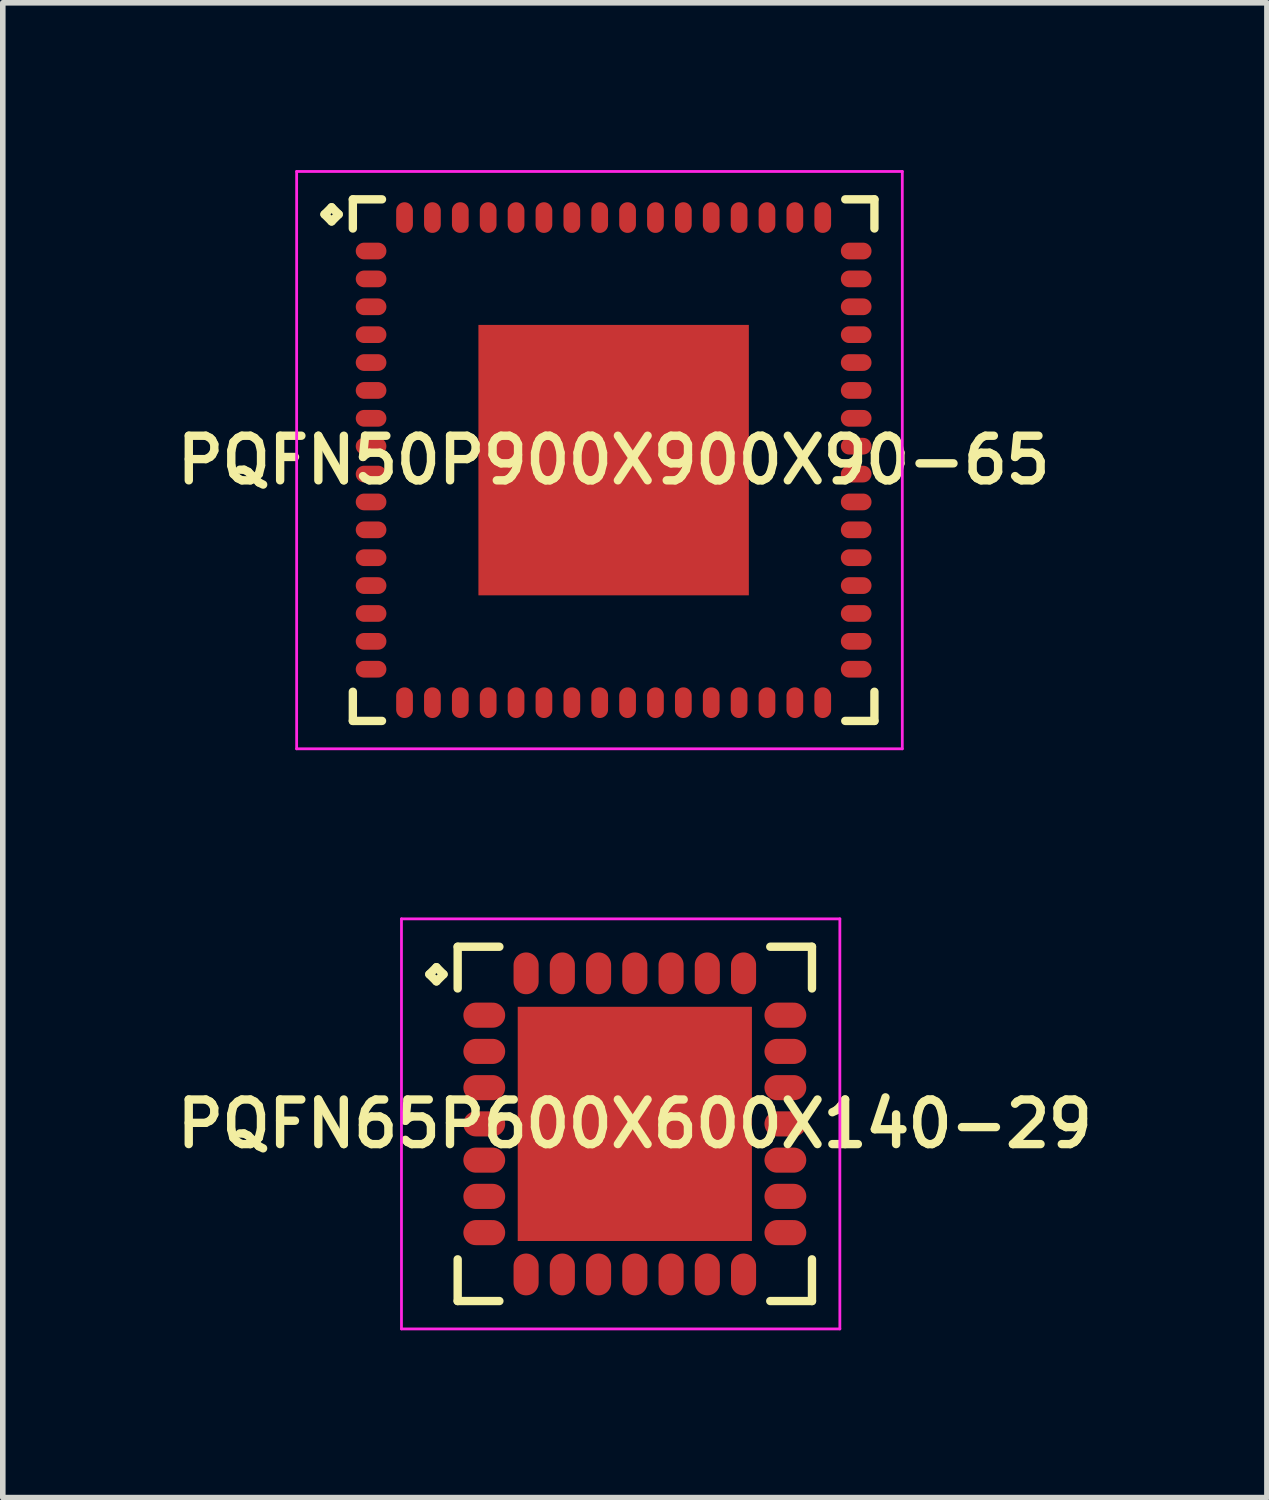
<source format=kicad_pcb>
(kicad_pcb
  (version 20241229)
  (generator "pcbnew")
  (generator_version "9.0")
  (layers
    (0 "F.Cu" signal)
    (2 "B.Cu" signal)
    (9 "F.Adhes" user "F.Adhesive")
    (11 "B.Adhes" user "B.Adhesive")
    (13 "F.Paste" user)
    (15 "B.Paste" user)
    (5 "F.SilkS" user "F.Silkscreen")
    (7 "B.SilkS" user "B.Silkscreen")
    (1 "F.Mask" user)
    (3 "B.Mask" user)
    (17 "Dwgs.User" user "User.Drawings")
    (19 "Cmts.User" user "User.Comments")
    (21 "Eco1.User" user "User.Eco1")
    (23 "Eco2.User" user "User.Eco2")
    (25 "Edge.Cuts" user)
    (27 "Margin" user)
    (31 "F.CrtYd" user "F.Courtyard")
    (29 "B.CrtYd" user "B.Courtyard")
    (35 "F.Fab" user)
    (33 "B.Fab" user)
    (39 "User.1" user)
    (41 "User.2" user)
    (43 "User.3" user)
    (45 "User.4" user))
  (footprint "PQFN65P600X600X140-29"
    (layer "F.Cu")
    (at 8.335 17.106)
    (property "Reference" "PQFN65P600X600X140-29" (at 0 0 0) (layer "F.SilkS") (effects (font (size 0.8 0.8) (thickness 0.15))))
    (attr smd)
    (fp_line (start -3.685 -2.683) (end -3.558 -2.81) (stroke (width 0.15) (type solid)) (layer "F.SilkS"))
    (fp_line (start -3.558 -2.81) (end -3.431 -2.683) (stroke (width 0.15) (type solid)) (layer "F.SilkS"))
    (fp_line (start -3.558 -2.556) (end -3.685 -2.683) (stroke (width 0.15) (type solid)) (layer "F.SilkS"))
    (fp_line (start -3.431 -2.683) (end -3.558 -2.556) (stroke (width 0.15) (type solid)) (layer "F.SilkS"))
    (fp_line (start -3.177 -3.177) (end -2.429 -3.177) (stroke (width 0.15) (type solid)) (layer "F.SilkS"))
    (fp_line (start -3.177 -2.429) (end -3.177 -3.177) (stroke (width 0.15) (type solid)) (layer "F.SilkS"))
    (fp_line (start -3.177 2.429) (end -3.177 3.177) (stroke (width 0.15) (type solid)) (layer "F.SilkS"))
    (fp_line (start -3.177 3.177) (end -2.429 3.177) (stroke (width 0.15) (type solid)) (layer "F.SilkS"))
    (fp_line (start 2.429 -3.177) (end 3.177 -3.177) (stroke (width 0.15) (type solid)) (layer "F.SilkS"))
    (fp_line (start 2.429 3.177) (end 3.177 3.177) (stroke (width 0.15) (type solid)) (layer "F.SilkS"))
    (fp_line (start 3.177 -3.177) (end 3.177 -2.429) (stroke (width 0.15) (type solid)) (layer "F.SilkS"))
    (fp_line (start 3.177 3.177) (end 3.177 2.429) (stroke (width 0.15) (type solid)) (layer "F.SilkS"))
    (fp_line (start -4.185 -3.677) (end 3.677 -3.677) (stroke (width 0.05) (type solid)) (layer "F.CrtYd"))
    (fp_line (start -4.185 3.677) (end -4.185 -3.677) (stroke (width 0.05) (type solid)) (layer "F.CrtYd"))
    (fp_line (start 3.677 -3.677) (end 3.677 3.677) (stroke (width 0.05) (type solid)) (layer "F.CrtYd"))
    (fp_line (start 3.677 3.677) (end -4.185 3.677) (stroke (width 0.05) (type solid)) (layer "F.CrtYd"))
    (pad "1" smd oval (at -2.7 -1.95) (size 0.75 0.45) (layers "F.Cu" "F.Mask" "F.Paste"))
    (pad "2" smd oval (at -2.7 -1.3) (size 0.75 0.45) (layers "F.Cu" "F.Mask" "F.Paste"))
    (pad "3" smd oval (at -2.7 -0.65) (size 0.75 0.45) (layers "F.Cu" "F.Mask" "F.Paste"))
    (pad "4" smd oval (at -2.7 0) (size 0.75 0.45) (layers "F.Cu" "F.Mask" "F.Paste"))
    (pad "5" smd oval (at -2.7 0.65) (size 0.75 0.45) (layers "F.Cu" "F.Mask" "F.Paste"))
    (pad "6" smd oval (at -2.7 1.3) (size 0.75 0.45) (layers "F.Cu" "F.Mask" "F.Paste"))
    (pad "7" smd oval (at -2.7 1.95) (size 0.75 0.45) (layers "F.Cu" "F.Mask" "F.Paste"))
    (pad "8" smd oval (at -1.95 2.7) (size 0.45 0.75) (layers "F.Cu" "F.Mask" "F.Paste"))
    (pad "9" smd oval (at -1.3 2.7) (size 0.45 0.75) (layers "F.Cu" "F.Mask" "F.Paste"))
    (pad "10" smd oval (at -0.65 2.7) (size 0.45 0.75) (layers "F.Cu" "F.Mask" "F.Paste"))
    (pad "11" smd oval (at 0 2.7) (size 0.45 0.75) (layers "F.Cu" "F.Mask" "F.Paste"))
    (pad "12" smd oval (at 0.65 2.7) (size 0.45 0.75) (layers "F.Cu" "F.Mask" "F.Paste"))
    (pad "13" smd oval (at 1.3 2.7) (size 0.45 0.75) (layers "F.Cu" "F.Mask" "F.Paste"))
    (pad "14" smd oval (at 1.95 2.7) (size 0.45 0.75) (layers "F.Cu" "F.Mask" "F.Paste"))
    (pad "15" smd oval (at 2.7 1.95) (size 0.75 0.45) (layers "F.Cu" "F.Mask" "F.Paste"))
    (pad "16" smd oval (at 2.7 1.3) (size 0.75 0.45) (layers "F.Cu" "F.Mask" "F.Paste"))
    (pad "17" smd oval (at 2.7 0.65) (size 0.75 0.45) (layers "F.Cu" "F.Mask" "F.Paste"))
    (pad "18" smd oval (at 2.7 0) (size 0.75 0.45) (layers "F.Cu" "F.Mask" "F.Paste"))
    (pad "19" smd oval (at 2.7 -0.65) (size 0.75 0.45) (layers "F.Cu" "F.Mask" "F.Paste"))
    (pad "20" smd oval (at 2.7 -1.3) (size 0.75 0.45) (layers "F.Cu" "F.Mask" "F.Paste"))
    (pad "21" smd oval (at 2.7 -1.95) (size 0.75 0.45) (layers "F.Cu" "F.Mask" "F.Paste"))
    (pad "22" smd oval (at 1.95 -2.7) (size 0.45 0.75) (layers "F.Cu" "F.Mask" "F.Paste"))
    (pad "23" smd oval (at 1.3 -2.7) (size 0.45 0.75) (layers "F.Cu" "F.Mask" "F.Paste"))
    (pad "24" smd oval (at 0.65 -2.7) (size 0.45 0.75) (layers "F.Cu" "F.Mask" "F.Paste"))
    (pad "25" smd oval (at 0 -2.7) (size 0.45 0.75) (layers "F.Cu" "F.Mask" "F.Paste"))
    (pad "26" smd oval (at -0.65 -2.7) (size 0.45 0.75) (layers "F.Cu" "F.Mask" "F.Paste"))
    (pad "27" smd oval (at -1.3 -2.7) (size 0.45 0.75) (layers "F.Cu" "F.Mask" "F.Paste"))
    (pad "28" smd oval (at -1.95 -2.7) (size 0.45 0.75) (layers "F.Cu" "F.Mask" "F.Paste"))
    (pad "29" smd rect (at 0 0) (size 4.2 4.2) (layers "F.Cu" "F.Mask" "F.Paste")))
  (footprint "PQFN50P900X900X90-65"
    (layer "F.Cu")
    (at 7.955 5.202)
    (property "Reference" "PQFN50P900X900X90-65" (at 0 0 0) (layer "F.SilkS") (effects (font (size 0.8 0.8) (thickness 0.15))))
    (attr smd)
    (fp_line (start -5.185 -4.408) (end -5.058 -4.535) (stroke (width 0.15) (type solid)) (layer "F.SilkS"))
    (fp_line (start -5.058 -4.535) (end -4.931 -4.408) (stroke (width 0.15) (type solid)) (layer "F.SilkS"))
    (fp_line (start -5.058 -4.281) (end -5.185 -4.408) (stroke (width 0.15) (type solid)) (layer "F.SilkS"))
    (fp_line (start -4.931 -4.408) (end -5.058 -4.281) (stroke (width 0.15) (type solid)) (layer "F.SilkS"))
    (fp_line (start -4.677 -4.677) (end -4.154 -4.677) (stroke (width 0.15) (type solid)) (layer "F.SilkS"))
    (fp_line (start -4.677 -4.154) (end -4.677 -4.677) (stroke (width 0.15) (type solid)) (layer "F.SilkS"))
    (fp_line (start -4.677 4.154) (end -4.677 4.677) (stroke (width 0.15) (type solid)) (layer "F.SilkS"))
    (fp_line (start -4.677 4.677) (end -4.154 4.677) (stroke (width 0.15) (type solid)) (layer "F.SilkS"))
    (fp_line (start 4.154 -4.677) (end 4.677 -4.677) (stroke (width 0.15) (type solid)) (layer "F.SilkS"))
    (fp_line (start 4.154 4.677) (end 4.677 4.677) (stroke (width 0.15) (type solid)) (layer "F.SilkS"))
    (fp_line (start 4.677 -4.677) (end 4.677 -4.154) (stroke (width 0.15) (type solid)) (layer "F.SilkS"))
    (fp_line (start 4.677 4.677) (end 4.677 4.154) (stroke (width 0.15) (type solid)) (layer "F.SilkS"))
    (fp_line (start -5.685 -5.177) (end 5.177 -5.177) (stroke (width 0.05) (type solid)) (layer "F.CrtYd"))
    (fp_line (start -5.685 5.177) (end -5.685 -5.177) (stroke (width 0.05) (type solid)) (layer "F.CrtYd"))
    (fp_line (start 5.177 -5.177) (end 5.177 5.177) (stroke (width 0.05) (type solid)) (layer "F.CrtYd"))
    (fp_line (start 5.177 5.177) (end -5.685 5.177) (stroke (width 0.05) (type solid)) (layer "F.CrtYd"))
    (pad "1" smd oval (at -4.35 -3.75) (size 0.55 0.3) (layers "F.Cu" "F.Mask" "F.Paste"))
    (pad "2" smd oval (at -4.35 -3.25) (size 0.55 0.3) (layers "F.Cu" "F.Mask" "F.Paste"))
    (pad "3" smd oval (at -4.35 -2.75) (size 0.55 0.3) (layers "F.Cu" "F.Mask" "F.Paste"))
    (pad "4" smd oval (at -4.35 -2.25) (size 0.55 0.3) (layers "F.Cu" "F.Mask" "F.Paste"))
    (pad "5" smd oval (at -4.35 -1.75) (size 0.55 0.3) (layers "F.Cu" "F.Mask" "F.Paste"))
    (pad "6" smd oval (at -4.35 -1.25) (size 0.55 0.3) (layers "F.Cu" "F.Mask" "F.Paste"))
    (pad "7" smd oval (at -4.35 -0.75) (size 0.55 0.3) (layers "F.Cu" "F.Mask" "F.Paste"))
    (pad "8" smd oval (at -4.35 -0.25) (size 0.55 0.3) (layers "F.Cu" "F.Mask" "F.Paste"))
    (pad "9" smd oval (at -4.35 0.25) (size 0.55 0.3) (layers "F.Cu" "F.Mask" "F.Paste"))
    (pad "10" smd oval (at -4.35 0.75) (size 0.55 0.3) (layers "F.Cu" "F.Mask" "F.Paste"))
    (pad "11" smd oval (at -4.35 1.25) (size 0.55 0.3) (layers "F.Cu" "F.Mask" "F.Paste"))
    (pad "12" smd oval (at -4.35 1.75) (size 0.55 0.3) (layers "F.Cu" "F.Mask" "F.Paste"))
    (pad "13" smd oval (at -4.35 2.25) (size 0.55 0.3) (layers "F.Cu" "F.Mask" "F.Paste"))
    (pad "14" smd oval (at -4.35 2.75) (size 0.55 0.3) (layers "F.Cu" "F.Mask" "F.Paste"))
    (pad "15" smd oval (at -4.35 3.25) (size 0.55 0.3) (layers "F.Cu" "F.Mask" "F.Paste"))
    (pad "16" smd oval (at -4.35 3.75) (size 0.55 0.3) (layers "F.Cu" "F.Mask" "F.Paste"))
    (pad "17" smd oval (at -3.75 4.35) (size 0.3 0.55) (layers "F.Cu" "F.Mask" "F.Paste"))
    (pad "18" smd oval (at -3.25 4.35) (size 0.3 0.55) (layers "F.Cu" "F.Mask" "F.Paste"))
    (pad "19" smd oval (at -2.75 4.35) (size 0.3 0.55) (layers "F.Cu" "F.Mask" "F.Paste"))
    (pad "20" smd oval (at -2.25 4.35) (size 0.3 0.55) (layers "F.Cu" "F.Mask" "F.Paste"))
    (pad "21" smd oval (at -1.75 4.35) (size 0.3 0.55) (layers "F.Cu" "F.Mask" "F.Paste"))
    (pad "22" smd oval (at -1.25 4.35) (size 0.3 0.55) (layers "F.Cu" "F.Mask" "F.Paste"))
    (pad "23" smd oval (at -0.75 4.35) (size 0.3 0.55) (layers "F.Cu" "F.Mask" "F.Paste"))
    (pad "24" smd oval (at -0.25 4.35) (size 0.3 0.55) (layers "F.Cu" "F.Mask" "F.Paste"))
    (pad "25" smd oval (at 0.25 4.35) (size 0.3 0.55) (layers "F.Cu" "F.Mask" "F.Paste"))
    (pad "26" smd oval (at 0.75 4.35) (size 0.3 0.55) (layers "F.Cu" "F.Mask" "F.Paste"))
    (pad "27" smd oval (at 1.25 4.35) (size 0.3 0.55) (layers "F.Cu" "F.Mask" "F.Paste"))
    (pad "28" smd oval (at 1.75 4.35) (size 0.3 0.55) (layers "F.Cu" "F.Mask" "F.Paste"))
    (pad "29" smd oval (at 2.25 4.35) (size 0.3 0.55) (layers "F.Cu" "F.Mask" "F.Paste"))
    (pad "30" smd oval (at 2.75 4.35) (size 0.3 0.55) (layers "F.Cu" "F.Mask" "F.Paste"))
    (pad "31" smd oval (at 3.25 4.35) (size 0.3 0.55) (layers "F.Cu" "F.Mask" "F.Paste"))
    (pad "32" smd oval (at 3.75 4.35) (size 0.3 0.55) (layers "F.Cu" "F.Mask" "F.Paste"))
    (pad "33" smd oval (at 4.35 3.75) (size 0.55 0.3) (layers "F.Cu" "F.Mask" "F.Paste"))
    (pad "34" smd oval (at 4.35 3.25) (size 0.55 0.3) (layers "F.Cu" "F.Mask" "F.Paste"))
    (pad "35" smd oval (at 4.35 2.75) (size 0.55 0.3) (layers "F.Cu" "F.Mask" "F.Paste"))
    (pad "36" smd oval (at 4.35 2.25) (size 0.55 0.3) (layers "F.Cu" "F.Mask" "F.Paste"))
    (pad "37" smd oval (at 4.35 1.75) (size 0.55 0.3) (layers "F.Cu" "F.Mask" "F.Paste"))
    (pad "38" smd oval (at 4.35 1.25) (size 0.55 0.3) (layers "F.Cu" "F.Mask" "F.Paste"))
    (pad "39" smd oval (at 4.35 0.75) (size 0.55 0.3) (layers "F.Cu" "F.Mask" "F.Paste"))
    (pad "40" smd oval (at 4.35 0.25) (size 0.55 0.3) (layers "F.Cu" "F.Mask" "F.Paste"))
    (pad "41" smd oval (at 4.35 -0.25) (size 0.55 0.3) (layers "F.Cu" "F.Mask" "F.Paste"))
    (pad "42" smd oval (at 4.35 -0.75) (size 0.55 0.3) (layers "F.Cu" "F.Mask" "F.Paste"))
    (pad "43" smd oval (at 4.35 -1.25) (size 0.55 0.3) (layers "F.Cu" "F.Mask" "F.Paste"))
    (pad "44" smd oval (at 4.35 -1.75) (size 0.55 0.3) (layers "F.Cu" "F.Mask" "F.Paste"))
    (pad "45" smd oval (at 4.35 -2.25) (size 0.55 0.3) (layers "F.Cu" "F.Mask" "F.Paste"))
    (pad "46" smd oval (at 4.35 -2.75) (size 0.55 0.3) (layers "F.Cu" "F.Mask" "F.Paste"))
    (pad "47" smd oval (at 4.35 -3.25) (size 0.55 0.3) (layers "F.Cu" "F.Mask" "F.Paste"))
    (pad "48" smd oval (at 4.35 -3.75) (size 0.55 0.3) (layers "F.Cu" "F.Mask" "F.Paste"))
    (pad "49" smd oval (at 3.75 -4.35) (size 0.3 0.55) (layers "F.Cu" "F.Mask" "F.Paste"))
    (pad "50" smd oval (at 3.25 -4.35) (size 0.3 0.55) (layers "F.Cu" "F.Mask" "F.Paste"))
    (pad "51" smd oval (at 2.75 -4.35) (size 0.3 0.55) (layers "F.Cu" "F.Mask" "F.Paste"))
    (pad "52" smd oval (at 2.25 -4.35) (size 0.3 0.55) (layers "F.Cu" "F.Mask" "F.Paste"))
    (pad "53" smd oval (at 1.75 -4.35) (size 0.3 0.55) (layers "F.Cu" "F.Mask" "F.Paste"))
    (pad "54" smd oval (at 1.25 -4.35) (size 0.3 0.55) (layers "F.Cu" "F.Mask" "F.Paste"))
    (pad "55" smd oval (at 0.75 -4.35) (size 0.3 0.55) (layers "F.Cu" "F.Mask" "F.Paste"))
    (pad "56" smd oval (at 0.25 -4.35) (size 0.3 0.55) (layers "F.Cu" "F.Mask" "F.Paste"))
    (pad "57" smd oval (at -0.25 -4.35) (size 0.3 0.55) (layers "F.Cu" "F.Mask" "F.Paste"))
    (pad "58" smd oval (at -0.75 -4.35) (size 0.3 0.55) (layers "F.Cu" "F.Mask" "F.Paste"))
    (pad "59" smd oval (at -1.25 -4.35) (size 0.3 0.55) (layers "F.Cu" "F.Mask" "F.Paste"))
    (pad "60" smd oval (at -1.75 -4.35) (size 0.3 0.55) (layers "F.Cu" "F.Mask" "F.Paste"))
    (pad "61" smd oval (at -2.25 -4.35) (size 0.3 0.55) (layers "F.Cu" "F.Mask" "F.Paste"))
    (pad "62" smd oval (at -2.75 -4.35) (size 0.3 0.55) (layers "F.Cu" "F.Mask" "F.Paste"))
    (pad "63" smd oval (at -3.25 -4.35) (size 0.3 0.55) (layers "F.Cu" "F.Mask" "F.Paste"))
    (pad "64" smd oval (at -3.75 -4.35) (size 0.3 0.55) (layers "F.Cu" "F.Mask" "F.Paste"))
    (pad "65" smd rect (at 0 0) (size 4.85 4.85) (layers "F.Cu" "F.Mask" "F.Paste")))
  (gr_rect
    (start -3 -3)
    (end 19.671 23.808)
    (stroke (width 0.1) (type default))
    (fill no)
    (layer "Edge.Cuts")))
</source>
